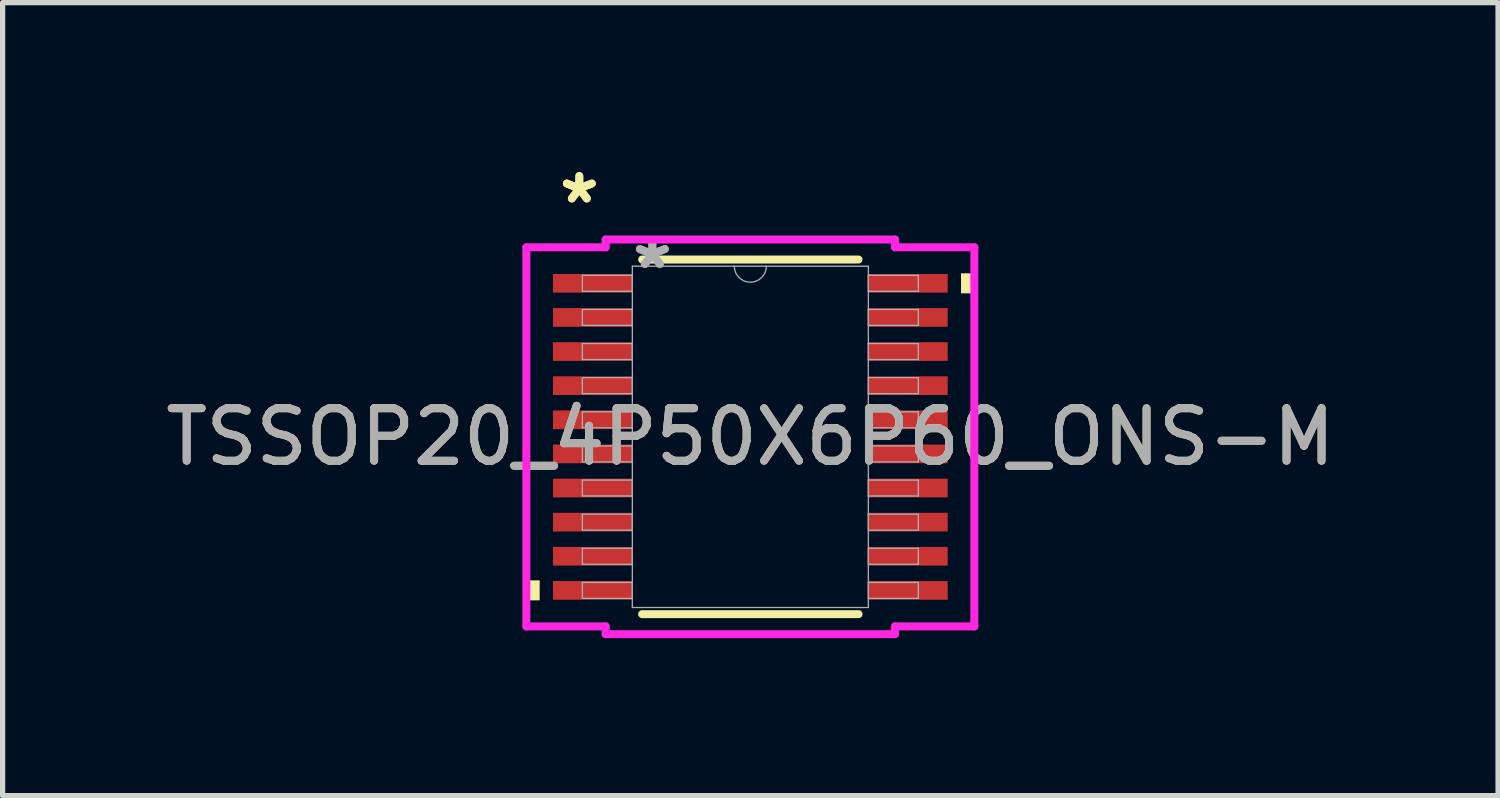
<source format=kicad_pcb>
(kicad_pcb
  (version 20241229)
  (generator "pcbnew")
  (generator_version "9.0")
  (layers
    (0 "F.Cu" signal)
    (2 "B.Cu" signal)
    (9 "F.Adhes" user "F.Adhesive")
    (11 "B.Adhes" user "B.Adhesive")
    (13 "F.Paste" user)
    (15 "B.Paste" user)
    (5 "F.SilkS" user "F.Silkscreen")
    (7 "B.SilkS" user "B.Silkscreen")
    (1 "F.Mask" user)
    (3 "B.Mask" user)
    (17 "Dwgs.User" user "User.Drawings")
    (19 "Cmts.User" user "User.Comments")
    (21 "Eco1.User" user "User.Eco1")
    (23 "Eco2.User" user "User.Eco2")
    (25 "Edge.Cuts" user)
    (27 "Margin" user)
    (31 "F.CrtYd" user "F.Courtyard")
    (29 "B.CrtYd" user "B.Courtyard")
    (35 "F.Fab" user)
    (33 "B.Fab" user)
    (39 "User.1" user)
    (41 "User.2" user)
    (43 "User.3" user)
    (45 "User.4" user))
  (footprint "TSSOP20_4P50X6P60_ONS-M"
    (layer "F.Cu")
    (at 11.244 5.272)
    (property "Reference" "TSSOP20_4P50X6P60_ONS-M" (at 0 0 0) (unlocked yes) (layer "F.SilkS") (effects (font (size 1 1) (thickness 0.15))))
    (attr smd)
    (fp_line (start -2.061 3.378) (end 2.061 3.378) (stroke (width 0.152) (type solid)) (layer "F.SilkS"))
    (fp_line (start 2.061 -3.378) (end -2.061 -3.378) (stroke (width 0.152) (type solid)) (layer "F.SilkS"))
    (fp_poly (pts (xy -4.267 2.734) (xy -4.267 3.115) (xy -4.013 3.115) (xy -4.013 2.734)) (stroke (width 0) (type solid)) (fill yes) (layer "F.SilkS"))
    (fp_poly (pts (xy 4.267 -3.115) (xy 4.267 -2.734) (xy 4.013 -2.734) (xy 4.013 -3.115)) (stroke (width 0) (type solid)) (fill yes) (layer "F.SilkS"))
    (fp_line (start -4.267 -3.611) (end -2.756 -3.611) (stroke (width 0.152) (type solid)) (layer "F.CrtYd"))
    (fp_line (start -4.267 3.611) (end -4.267 -3.611) (stroke (width 0.152) (type solid)) (layer "F.CrtYd"))
    (fp_line (start -4.267 3.611) (end -2.756 3.611) (stroke (width 0.152) (type solid)) (layer "F.CrtYd"))
    (fp_line (start -2.756 -3.759) (end 2.756 -3.759) (stroke (width 0.152) (type solid)) (layer "F.CrtYd"))
    (fp_line (start -2.756 -3.611) (end -2.756 -3.759) (stroke (width 0.152) (type solid)) (layer "F.CrtYd"))
    (fp_line (start -2.756 3.759) (end -2.756 3.611) (stroke (width 0.152) (type solid)) (layer "F.CrtYd"))
    (fp_line (start 2.756 -3.759) (end 2.756 -3.611) (stroke (width 0.152) (type solid)) (layer "F.CrtYd"))
    (fp_line (start 2.756 3.611) (end 2.756 3.759) (stroke (width 0.152) (type solid)) (layer "F.CrtYd"))
    (fp_line (start 2.756 3.759) (end -2.756 3.759) (stroke (width 0.152) (type solid)) (layer "F.CrtYd"))
    (fp_line (start 4.267 -3.611) (end 2.756 -3.611) (stroke (width 0.152) (type solid)) (layer "F.CrtYd"))
    (fp_line (start 4.267 -3.611) (end 4.267 3.611) (stroke (width 0.152) (type solid)) (layer "F.CrtYd"))
    (fp_line (start 4.267 3.611) (end 2.756 3.611) (stroke (width 0.152) (type solid)) (layer "F.CrtYd"))
    (fp_line (start -3.2 -3.077) (end -3.2 -2.773) (stroke (width 0.025) (type solid)) (layer "F.Fab"))
    (fp_line (start -3.2 -2.773) (end -2.248 -2.773) (stroke (width 0.025) (type solid)) (layer "F.Fab"))
    (fp_line (start -3.2 -2.427) (end -3.2 -2.123) (stroke (width 0.025) (type solid)) (layer "F.Fab"))
    (fp_line (start -3.2 -2.123) (end -2.248 -2.123) (stroke (width 0.025) (type solid)) (layer "F.Fab"))
    (fp_line (start -3.2 -1.777) (end -3.2 -1.473) (stroke (width 0.025) (type solid)) (layer "F.Fab"))
    (fp_line (start -3.2 -1.473) (end -2.248 -1.473) (stroke (width 0.025) (type solid)) (layer "F.Fab"))
    (fp_line (start -3.2 -1.127) (end -3.2 -0.823) (stroke (width 0.025) (type solid)) (layer "F.Fab"))
    (fp_line (start -3.2 -0.823) (end -2.248 -0.823) (stroke (width 0.025) (type solid)) (layer "F.Fab"))
    (fp_line (start -3.2 -0.477) (end -3.2 -0.173) (stroke (width 0.025) (type solid)) (layer "F.Fab"))
    (fp_line (start -3.2 -0.173) (end -2.248 -0.173) (stroke (width 0.025) (type solid)) (layer "F.Fab"))
    (fp_line (start -3.2 0.173) (end -3.2 0.477) (stroke (width 0.025) (type solid)) (layer "F.Fab"))
    (fp_line (start -3.2 0.477) (end -2.248 0.477) (stroke (width 0.025) (type solid)) (layer "F.Fab"))
    (fp_line (start -3.2 0.823) (end -3.2 1.127) (stroke (width 0.025) (type solid)) (layer "F.Fab"))
    (fp_line (start -3.2 1.127) (end -2.248 1.127) (stroke (width 0.025) (type solid)) (layer "F.Fab"))
    (fp_line (start -3.2 1.473) (end -3.2 1.777) (stroke (width 0.025) (type solid)) (layer "F.Fab"))
    (fp_line (start -3.2 1.777) (end -2.248 1.777) (stroke (width 0.025) (type solid)) (layer "F.Fab"))
    (fp_line (start -3.2 2.123) (end -3.2 2.427) (stroke (width 0.025) (type solid)) (layer "F.Fab"))
    (fp_line (start -3.2 2.427) (end -2.248 2.427) (stroke (width 0.025) (type solid)) (layer "F.Fab"))
    (fp_line (start -3.2 2.773) (end -3.2 3.077) (stroke (width 0.025) (type solid)) (layer "F.Fab"))
    (fp_line (start -3.2 3.077) (end -2.248 3.077) (stroke (width 0.025) (type solid)) (layer "F.Fab"))
    (fp_line (start -2.248 -3.251) (end -2.248 3.251) (stroke (width 0.025) (type solid)) (layer "F.Fab"))
    (fp_line (start -2.248 -3.077) (end -3.2 -3.077) (stroke (width 0.025) (type solid)) (layer "F.Fab"))
    (fp_line (start -2.248 -2.773) (end -2.248 -3.077) (stroke (width 0.025) (type solid)) (layer "F.Fab"))
    (fp_line (start -2.248 -2.427) (end -3.2 -2.427) (stroke (width 0.025) (type solid)) (layer "F.Fab"))
    (fp_line (start -2.248 -2.123) (end -2.248 -2.427) (stroke (width 0.025) (type solid)) (layer "F.Fab"))
    (fp_line (start -2.248 -1.777) (end -3.2 -1.777) (stroke (width 0.025) (type solid)) (layer "F.Fab"))
    (fp_line (start -2.248 -1.473) (end -2.248 -1.777) (stroke (width 0.025) (type solid)) (layer "F.Fab"))
    (fp_line (start -2.248 -1.127) (end -3.2 -1.127) (stroke (width 0.025) (type solid)) (layer "F.Fab"))
    (fp_line (start -2.248 -0.823) (end -2.248 -1.127) (stroke (width 0.025) (type solid)) (layer "F.Fab"))
    (fp_line (start -2.248 -0.477) (end -3.2 -0.477) (stroke (width 0.025) (type solid)) (layer "F.Fab"))
    (fp_line (start -2.248 -0.173) (end -2.248 -0.477) (stroke (width 0.025) (type solid)) (layer "F.Fab"))
    (fp_line (start -2.248 0.173) (end -3.2 0.173) (stroke (width 0.025) (type solid)) (layer "F.Fab"))
    (fp_line (start -2.248 0.477) (end -2.248 0.173) (stroke (width 0.025) (type solid)) (layer "F.Fab"))
    (fp_line (start -2.248 0.823) (end -3.2 0.823) (stroke (width 0.025) (type solid)) (layer "F.Fab"))
    (fp_line (start -2.248 1.127) (end -2.248 0.823) (stroke (width 0.025) (type solid)) (layer "F.Fab"))
    (fp_line (start -2.248 1.473) (end -3.2 1.473) (stroke (width 0.025) (type solid)) (layer "F.Fab"))
    (fp_line (start -2.248 1.777) (end -2.248 1.473) (stroke (width 0.025) (type solid)) (layer "F.Fab"))
    (fp_line (start -2.248 2.123) (end -3.2 2.123) (stroke (width 0.025) (type solid)) (layer "F.Fab"))
    (fp_line (start -2.248 2.427) (end -2.248 2.123) (stroke (width 0.025) (type solid)) (layer "F.Fab"))
    (fp_line (start -2.248 2.773) (end -3.2 2.773) (stroke (width 0.025) (type solid)) (layer "F.Fab"))
    (fp_line (start -2.248 3.077) (end -2.248 2.773) (stroke (width 0.025) (type solid)) (layer "F.Fab"))
    (fp_line (start -2.248 3.251) (end 2.248 3.251) (stroke (width 0.025) (type solid)) (layer "F.Fab"))
    (fp_line (start 2.248 -3.251) (end -2.248 -3.251) (stroke (width 0.025) (type solid)) (layer "F.Fab"))
    (fp_line (start 2.248 -3.077) (end 2.248 -2.773) (stroke (width 0.025) (type solid)) (layer "F.Fab"))
    (fp_line (start 2.248 -2.773) (end 3.2 -2.773) (stroke (width 0.025) (type solid)) (layer "F.Fab"))
    (fp_line (start 2.248 -2.427) (end 2.248 -2.123) (stroke (width 0.025) (type solid)) (layer "F.Fab"))
    (fp_line (start 2.248 -2.123) (end 3.2 -2.123) (stroke (width 0.025) (type solid)) (layer "F.Fab"))
    (fp_line (start 2.248 -1.777) (end 2.248 -1.473) (stroke (width 0.025) (type solid)) (layer "F.Fab"))
    (fp_line (start 2.248 -1.473) (end 3.2 -1.473) (stroke (width 0.025) (type solid)) (layer "F.Fab"))
    (fp_line (start 2.248 -1.127) (end 2.248 -0.823) (stroke (width 0.025) (type solid)) (layer "F.Fab"))
    (fp_line (start 2.248 -0.823) (end 3.2 -0.823) (stroke (width 0.025) (type solid)) (layer "F.Fab"))
    (fp_line (start 2.248 -0.477) (end 2.248 -0.173) (stroke (width 0.025) (type solid)) (layer "F.Fab"))
    (fp_line (start 2.248 -0.173) (end 3.2 -0.173) (stroke (width 0.025) (type solid)) (layer "F.Fab"))
    (fp_line (start 2.248 0.173) (end 2.248 0.477) (stroke (width 0.025) (type solid)) (layer "F.Fab"))
    (fp_line (start 2.248 0.477) (end 3.2 0.477) (stroke (width 0.025) (type solid)) (layer "F.Fab"))
    (fp_line (start 2.248 0.823) (end 2.248 1.127) (stroke (width 0.025) (type solid)) (layer "F.Fab"))
    (fp_line (start 2.248 1.127) (end 3.2 1.127) (stroke (width 0.025) (type solid)) (layer "F.Fab"))
    (fp_line (start 2.248 1.473) (end 2.248 1.777) (stroke (width 0.025) (type solid)) (layer "F.Fab"))
    (fp_line (start 2.248 1.777) (end 3.2 1.777) (stroke (width 0.025) (type solid)) (layer "F.Fab"))
    (fp_line (start 2.248 2.123) (end 2.248 2.427) (stroke (width 0.025) (type solid)) (layer "F.Fab"))
    (fp_line (start 2.248 2.427) (end 3.2 2.427) (stroke (width 0.025) (type solid)) (layer "F.Fab"))
    (fp_line (start 2.248 2.773) (end 2.248 3.077) (stroke (width 0.025) (type solid)) (layer "F.Fab"))
    (fp_line (start 2.248 3.077) (end 3.2 3.077) (stroke (width 0.025) (type solid)) (layer "F.Fab"))
    (fp_line (start 2.248 3.251) (end 2.248 -3.251) (stroke (width 0.025) (type solid)) (layer "F.Fab"))
    (fp_line (start 3.2 -3.077) (end 2.248 -3.077) (stroke (width 0.025) (type solid)) (layer "F.Fab"))
    (fp_line (start 3.2 -2.773) (end 3.2 -3.077) (stroke (width 0.025) (type solid)) (layer "F.Fab"))
    (fp_line (start 3.2 -2.427) (end 2.248 -2.427) (stroke (width 0.025) (type solid)) (layer "F.Fab"))
    (fp_line (start 3.2 -2.123) (end 3.2 -2.427) (stroke (width 0.025) (type solid)) (layer "F.Fab"))
    (fp_line (start 3.2 -1.777) (end 2.248 -1.777) (stroke (width 0.025) (type solid)) (layer "F.Fab"))
    (fp_line (start 3.2 -1.473) (end 3.2 -1.777) (stroke (width 0.025) (type solid)) (layer "F.Fab"))
    (fp_line (start 3.2 -1.127) (end 2.248 -1.127) (stroke (width 0.025) (type solid)) (layer "F.Fab"))
    (fp_line (start 3.2 -0.823) (end 3.2 -1.127) (stroke (width 0.025) (type solid)) (layer "F.Fab"))
    (fp_line (start 3.2 -0.477) (end 2.248 -0.477) (stroke (width 0.025) (type solid)) (layer "F.Fab"))
    (fp_line (start 3.2 -0.173) (end 3.2 -0.477) (stroke (width 0.025) (type solid)) (layer "F.Fab"))
    (fp_line (start 3.2 0.173) (end 2.248 0.173) (stroke (width 0.025) (type solid)) (layer "F.Fab"))
    (fp_line (start 3.2 0.477) (end 3.2 0.173) (stroke (width 0.025) (type solid)) (layer "F.Fab"))
    (fp_line (start 3.2 0.823) (end 2.248 0.823) (stroke (width 0.025) (type solid)) (layer "F.Fab"))
    (fp_line (start 3.2 1.127) (end 3.2 0.823) (stroke (width 0.025) (type solid)) (layer "F.Fab"))
    (fp_line (start 3.2 1.473) (end 2.248 1.473) (stroke (width 0.025) (type solid)) (layer "F.Fab"))
    (fp_line (start 3.2 1.777) (end 3.2 1.473) (stroke (width 0.025) (type solid)) (layer "F.Fab"))
    (fp_line (start 3.2 2.123) (end 2.248 2.123) (stroke (width 0.025) (type solid)) (layer "F.Fab"))
    (fp_line (start 3.2 2.427) (end 3.2 2.123) (stroke (width 0.025) (type solid)) (layer "F.Fab"))
    (fp_line (start 3.2 2.773) (end 2.248 2.773) (stroke (width 0.025) (type solid)) (layer "F.Fab"))
    (fp_line (start 3.2 3.077) (end 3.2 2.773) (stroke (width 0.025) (type solid)) (layer "F.Fab"))
    (fp_arc (start 0.3048 -3.2512) (mid 0 -2.9464) (end -0.3048 -3.2512) (stroke (width 0.0254) (type solid)) (layer "F.Fab"))
    (fp_text user "*" (at -3.258 -4.424 0) (unlocked yes) (layer "F.SilkS") (effects (font (size 1 1) (thickness 0.15))))
    (fp_text user "*" (at -3.258 -4.424 0) (layer "F.SilkS") (effects (font (size 1 1) (thickness 0.15))))
    (fp_text user "*" (at -1.867 -3.175 0) (unlocked yes) (layer "F.Fab") (effects (font (size 1 1) (thickness 0.15))))
    (fp_text user "${REFERENCE}" (at 0 0 0) (unlocked yes) (layer "F.Fab") (effects (font (size 1 1) (thickness 0.15))))
    (fp_text user "*" (at -1.867 -3.175 0) (layer "F.Fab") (effects (font (size 1 1) (thickness 0.15))))
    (pad "1" smd rect (at -3.004 -2.925) (size 1.511 0.356) (layers "F.Cu" "F.Mask" "F.Paste"))
    (pad "2" smd rect (at -3.004 -2.275) (size 1.511 0.356) (layers "F.Cu" "F.Mask" "F.Paste"))
    (pad "3" smd rect (at -3.004 -1.625) (size 1.511 0.356) (layers "F.Cu" "F.Mask" "F.Paste"))
    (pad "4" smd rect (at -3.004 -0.975) (size 1.511 0.356) (layers "F.Cu" "F.Mask" "F.Paste"))
    (pad "5" smd rect (at -3.004 -0.325) (size 1.511 0.356) (layers "F.Cu" "F.Mask" "F.Paste"))
    (pad "6" smd rect (at -3.004 0.325) (size 1.511 0.356) (layers "F.Cu" "F.Mask" "F.Paste"))
    (pad "7" smd rect (at -3.004 0.975) (size 1.511 0.356) (layers "F.Cu" "F.Mask" "F.Paste"))
    (pad "8" smd rect (at -3.004 1.625) (size 1.511 0.356) (layers "F.Cu" "F.Mask" "F.Paste"))
    (pad "9" smd rect (at -3.004 2.275) (size 1.511 0.356) (layers "F.Cu" "F.Mask" "F.Paste"))
    (pad "10" smd rect (at -3.004 2.925) (size 1.511 0.356) (layers "F.Cu" "F.Mask" "F.Paste"))
    (pad "11" smd rect (at 3.004 2.925) (size 1.511 0.356) (layers "F.Cu" "F.Mask" "F.Paste"))
    (pad "12" smd rect (at 3.004 2.275) (size 1.511 0.356) (layers "F.Cu" "F.Mask" "F.Paste"))
    (pad "13" smd rect (at 3.004 1.625) (size 1.511 0.356) (layers "F.Cu" "F.Mask" "F.Paste"))
    (pad "14" smd rect (at 3.004 0.975) (size 1.511 0.356) (layers "F.Cu" "F.Mask" "F.Paste"))
    (pad "15" smd rect (at 3.004 0.325) (size 1.511 0.356) (layers "F.Cu" "F.Mask" "F.Paste"))
    (pad "16" smd rect (at 3.004 -0.325) (size 1.511 0.356) (layers "F.Cu" "F.Mask" "F.Paste"))
    (pad "17" smd rect (at 3.004 -0.975) (size 1.511 0.356) (layers "F.Cu" "F.Mask" "F.Paste"))
    (pad "18" smd rect (at 3.004 -1.625) (size 1.511 0.356) (layers "F.Cu" "F.Mask" "F.Paste"))
    (pad "19" smd rect (at 3.004 -2.275) (size 1.511 0.356) (layers "F.Cu" "F.Mask" "F.Paste"))
    (pad "20" smd rect (at 3.004 -2.925) (size 1.511 0.356) (layers "F.Cu" "F.Mask" "F.Paste")))
  (gr_rect
    (start -3 -3)
    (end 25.488 12.107)
    (stroke (width 0.1) (type default))
    (fill no)
    (layer "Edge.Cuts")))
</source>
